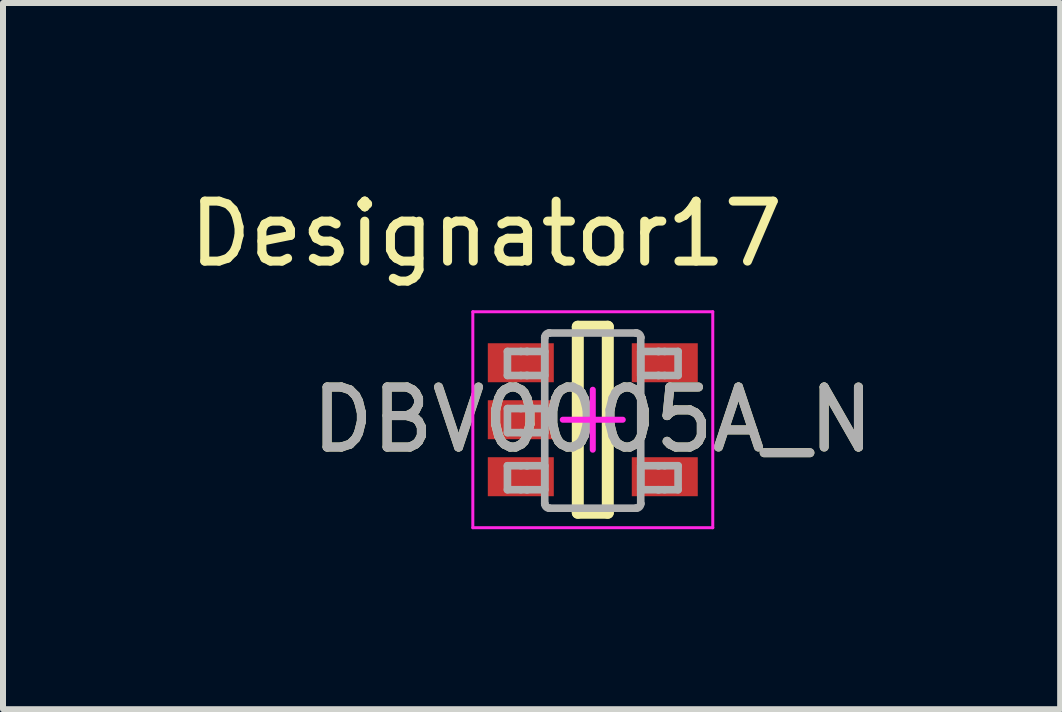
<source format=kicad_pcb>
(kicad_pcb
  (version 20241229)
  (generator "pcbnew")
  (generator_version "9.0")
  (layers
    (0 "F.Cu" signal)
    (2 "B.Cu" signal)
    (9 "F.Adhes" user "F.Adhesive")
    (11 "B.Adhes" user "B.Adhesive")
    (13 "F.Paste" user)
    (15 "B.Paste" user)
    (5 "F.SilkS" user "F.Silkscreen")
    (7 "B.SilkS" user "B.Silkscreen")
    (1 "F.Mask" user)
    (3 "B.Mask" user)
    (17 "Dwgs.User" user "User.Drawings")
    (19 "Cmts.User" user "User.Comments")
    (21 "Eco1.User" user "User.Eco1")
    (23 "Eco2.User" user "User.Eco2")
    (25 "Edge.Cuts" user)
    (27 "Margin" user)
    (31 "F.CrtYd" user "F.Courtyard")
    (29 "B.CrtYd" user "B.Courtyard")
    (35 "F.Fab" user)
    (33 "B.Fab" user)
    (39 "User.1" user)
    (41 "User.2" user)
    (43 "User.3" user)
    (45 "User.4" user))
  (footprint "DBV0005A_N"
    (layer "F.Cu")
    (at 6.832 3.947)
    (property "Reference" "DBV0005A_N" (at 0 0 0) (unlocked yes) (layer "F.SilkS") (effects (font (size 1 1) (thickness 0.15))))
    (attr smd)
    (fp_line (start -0.25 -1.55) (end 0.25 -1.55) (stroke (width 0.2) (type solid)) (layer "F.SilkS"))
    (fp_line (start -0.25 1.55) (end -0.25 -1.55) (stroke (width 0.2) (type solid)) (layer "F.SilkS"))
    (fp_line (start -0.25 1.55) (end 0.25 1.55) (stroke (width 0.2) (type solid)) (layer "F.SilkS"))
    (fp_line (start 0.25 1.55) (end 0.25 -1.55) (stroke (width 0.2) (type solid)) (layer "F.SilkS"))
    (fp_line (start -2 -1.8) (end 2 -1.8) (stroke (width 0.05) (type solid)) (layer "F.CrtYd"))
    (fp_line (start -2 1.8) (end -2 -1.8) (stroke (width 0.05) (type solid)) (layer "F.CrtYd"))
    (fp_line (start -2 1.8) (end 2 1.8) (stroke (width 0.05) (type solid)) (layer "F.CrtYd"))
    (fp_line (start -0.5 0) (end 0.5 0) (stroke (width 0.1) (type solid)) (layer "F.CrtYd"))
    (fp_line (start 0 0.5) (end 0 -0.5) (stroke (width 0.1) (type solid)) (layer "F.CrtYd"))
    (fp_line (start 2 1.8) (end 2 -1.8) (stroke (width 0.05) (type solid)) (layer "F.CrtYd"))
    (fp_line (start -1.423 -1.138) (end -1.199 -1.138) (stroke (width 0.127) (type solid)) (layer "F.Fab"))
    (fp_line (start -1.423 -0.738) (end -1.423 -1.138) (stroke (width 0.127) (type solid)) (layer "F.Fab"))
    (fp_line (start -1.423 -0.738) (end -1.199 -0.738) (stroke (width 0.127) (type solid)) (layer "F.Fab"))
    (fp_line (start -1.423 -0.186) (end -1.199 -0.186) (stroke (width 0.127) (type solid)) (layer "F.Fab"))
    (fp_line (start -1.423 0.215) (end -1.423 -0.186) (stroke (width 0.127) (type solid)) (layer "F.Fab"))
    (fp_line (start -1.423 0.215) (end -1.199 0.215) (stroke (width 0.127) (type solid)) (layer "F.Fab"))
    (fp_line (start -1.423 0.767) (end -1.199 0.767) (stroke (width 0.127) (type solid)) (layer "F.Fab"))
    (fp_line (start -1.423 1.167) (end -1.423 0.767) (stroke (width 0.127) (type solid)) (layer "F.Fab"))
    (fp_line (start -1.423 1.167) (end -1.199 1.167) (stroke (width 0.127) (type solid)) (layer "F.Fab"))
    (fp_line (start -1.199 -1.138) (end -1.105 -1.138) (stroke (width 0.127) (type solid)) (layer "F.Fab"))
    (fp_line (start -1.199 -0.738) (end -1.105 -0.738) (stroke (width 0.127) (type solid)) (layer "F.Fab"))
    (fp_line (start -1.199 -0.186) (end -1.105 -0.186) (stroke (width 0.127) (type solid)) (layer "F.Fab"))
    (fp_line (start -1.199 0.215) (end -1.105 0.215) (stroke (width 0.127) (type solid)) (layer "F.Fab"))
    (fp_line (start -1.199 0.767) (end -1.105 0.767) (stroke (width 0.127) (type solid)) (layer "F.Fab"))
    (fp_line (start -1.199 1.167) (end -1.105 1.167) (stroke (width 0.127) (type solid)) (layer "F.Fab"))
    (fp_line (start -1.105 -1.138) (end -1.088 -1.138) (stroke (width 0.127) (type solid)) (layer "F.Fab"))
    (fp_line (start -1.105 -0.738) (end -1.088 -0.738) (stroke (width 0.127) (type solid)) (layer "F.Fab"))
    (fp_line (start -1.105 -0.186) (end -1.088 -0.186) (stroke (width 0.127) (type solid)) (layer "F.Fab"))
    (fp_line (start -1.105 0.215) (end -1.088 0.215) (stroke (width 0.127) (type solid)) (layer "F.Fab"))
    (fp_line (start -1.105 0.767) (end -1.088 0.767) (stroke (width 0.127) (type solid)) (layer "F.Fab"))
    (fp_line (start -1.105 1.167) (end -1.088 1.167) (stroke (width 0.127) (type solid)) (layer "F.Fab"))
    (fp_line (start -1.088 -1.138) (end -0.835 -1.138) (stroke (width 0.127) (type solid)) (layer "F.Fab"))
    (fp_line (start -1.088 -0.738) (end -0.835 -0.738) (stroke (width 0.127) (type solid)) (layer "F.Fab"))
    (fp_line (start -1.088 -0.186) (end -0.835 -0.186) (stroke (width 0.127) (type solid)) (layer "F.Fab"))
    (fp_line (start -1.088 0.215) (end -0.835 0.215) (stroke (width 0.127) (type solid)) (layer "F.Fab"))
    (fp_line (start -1.088 0.767) (end -0.835 0.767) (stroke (width 0.127) (type solid)) (layer "F.Fab"))
    (fp_line (start -1.088 1.167) (end -0.835 1.167) (stroke (width 0.127) (type solid)) (layer "F.Fab"))
    (fp_line (start -0.835 -1.138) (end -0.801 -1.138) (stroke (width 0.127) (type solid)) (layer "F.Fab"))
    (fp_line (start -0.835 -0.738) (end -0.801 -0.738) (stroke (width 0.127) (type solid)) (layer "F.Fab"))
    (fp_line (start -0.835 -0.186) (end -0.801 -0.186) (stroke (width 0.127) (type solid)) (layer "F.Fab"))
    (fp_line (start -0.835 0.215) (end -0.801 0.215) (stroke (width 0.127) (type solid)) (layer "F.Fab"))
    (fp_line (start -0.835 0.767) (end -0.801 0.767) (stroke (width 0.127) (type solid)) (layer "F.Fab"))
    (fp_line (start -0.835 1.167) (end -0.801 1.167) (stroke (width 0.127) (type solid)) (layer "F.Fab"))
    (fp_line (start -0.801 -1.37) (end -0.801 -1.371) (stroke (width 0.127) (type solid)) (layer "F.Fab"))
    (fp_line (start -0.801 -0.738) (end -0.801 -1.138) (stroke (width 0.127) (type solid)) (layer "F.Fab"))
    (fp_line (start -0.801 0.215) (end -0.801 -0.186) (stroke (width 0.127) (type solid)) (layer "F.Fab"))
    (fp_line (start -0.801 1.167) (end -0.801 0.767) (stroke (width 0.127) (type solid)) (layer "F.Fab"))
    (fp_line (start -0.801 1.399) (end -0.801 -1.37) (stroke (width 0.127) (type solid)) (layer "F.Fab"))
    (fp_line (start -0.801 1.4) (end -0.801 1.399) (stroke (width 0.127) (type solid)) (layer "F.Fab"))
    (fp_line (start -0.725 -1.446) (end -0.725 -1.446) (stroke (width 0.127) (type solid)) (layer "F.Fab"))
    (fp_line (start -0.725 1.475) (end -0.725 1.475) (stroke (width 0.127) (type solid)) (layer "F.Fab"))
    (fp_line (start -0.725 -1.446) (end 0.723 -1.446) (stroke (width 0.127) (type solid)) (layer "F.Fab"))
    (fp_line (start -0.725 1.475) (end 0.723 1.475) (stroke (width 0.127) (type solid)) (layer "F.Fab"))
    (fp_line (start 0.723 -1.446) (end 0.724 -1.446) (stroke (width 0.127) (type solid)) (layer "F.Fab"))
    (fp_line (start 0.723 1.475) (end 0.724 1.475) (stroke (width 0.127) (type solid)) (layer "F.Fab"))
    (fp_line (start 0.799 -1.37) (end 0.799 -1.371) (stroke (width 0.127) (type solid)) (layer "F.Fab"))
    (fp_line (start 0.799 -1.138) (end 0.834 -1.138) (stroke (width 0.127) (type solid)) (layer "F.Fab"))
    (fp_line (start 0.799 -0.738) (end 0.799 -1.138) (stroke (width 0.127) (type solid)) (layer "F.Fab"))
    (fp_line (start 0.799 -0.738) (end 0.834 -0.738) (stroke (width 0.127) (type solid)) (layer "F.Fab"))
    (fp_line (start 0.799 0.767) (end 0.834 0.767) (stroke (width 0.127) (type solid)) (layer "F.Fab"))
    (fp_line (start 0.799 1.167) (end 0.799 0.767) (stroke (width 0.127) (type solid)) (layer "F.Fab"))
    (fp_line (start 0.799 1.167) (end 0.834 1.167) (stroke (width 0.127) (type solid)) (layer "F.Fab"))
    (fp_line (start 0.799 1.399) (end 0.799 -1.37) (stroke (width 0.127) (type solid)) (layer "F.Fab"))
    (fp_line (start 0.799 1.4) (end 0.799 1.399) (stroke (width 0.127) (type solid)) (layer "F.Fab"))
    (fp_line (start 0.834 -1.138) (end 1.087 -1.138) (stroke (width 0.127) (type solid)) (layer "F.Fab"))
    (fp_line (start 0.834 -0.738) (end 1.087 -0.738) (stroke (width 0.127) (type solid)) (layer "F.Fab"))
    (fp_line (start 0.834 0.767) (end 1.087 0.767) (stroke (width 0.127) (type solid)) (layer "F.Fab"))
    (fp_line (start 0.834 1.167) (end 1.087 1.167) (stroke (width 0.127) (type solid)) (layer "F.Fab"))
    (fp_line (start 1.087 -1.138) (end 1.103 -1.138) (stroke (width 0.127) (type solid)) (layer "F.Fab"))
    (fp_line (start 1.087 -0.738) (end 1.103 -0.738) (stroke (width 0.127) (type solid)) (layer "F.Fab"))
    (fp_line (start 1.087 0.767) (end 1.103 0.767) (stroke (width 0.127) (type solid)) (layer "F.Fab"))
    (fp_line (start 1.087 1.167) (end 1.103 1.167) (stroke (width 0.127) (type solid)) (layer "F.Fab"))
    (fp_line (start 1.103 -1.138) (end 1.198 -1.138) (stroke (width 0.127) (type solid)) (layer "F.Fab"))
    (fp_line (start 1.103 -0.738) (end 1.198 -0.738) (stroke (width 0.127) (type solid)) (layer "F.Fab"))
    (fp_line (start 1.103 0.767) (end 1.198 0.767) (stroke (width 0.127) (type solid)) (layer "F.Fab"))
    (fp_line (start 1.103 1.167) (end 1.198 1.167) (stroke (width 0.127) (type solid)) (layer "F.Fab"))
    (fp_line (start 1.198 -1.138) (end 1.422 -1.138) (stroke (width 0.127) (type solid)) (layer "F.Fab"))
    (fp_line (start 1.198 -0.738) (end 1.422 -0.738) (stroke (width 0.127) (type solid)) (layer "F.Fab"))
    (fp_line (start 1.198 0.767) (end 1.422 0.767) (stroke (width 0.127) (type solid)) (layer "F.Fab"))
    (fp_line (start 1.198 1.167) (end 1.422 1.167) (stroke (width 0.127) (type solid)) (layer "F.Fab"))
    (fp_line (start 1.422 -0.738) (end 1.422 -1.138) (stroke (width 0.127) (type solid)) (layer "F.Fab"))
    (fp_line (start 1.422 1.167) (end 1.422 0.767) (stroke (width 0.127) (type solid)) (layer "F.Fab"))
    (fp_arc (start -0.80074 -1.37084) (mid -0.778218 -1.423887) (end -0.724999 -1.445998) (stroke (width 0.127) (type solid)) (layer "F.Fab"))
    (fp_arc (start -0.724999 1.475) (mid -0.778213 1.452901) (end -0.80074 1.399867) (stroke (width 0.127) (type solid)) (layer "F.Fab"))
    (fp_arc (start 0.723714 -1.445998) (mid 0.776933 -1.423887) (end 0.799455 -1.37084) (stroke (width 0.127) (type solid)) (layer "F.Fab"))
    (fp_arc (start 0.799455 1.399868) (mid 0.776927 1.452901) (end 0.723713 1.475) (stroke (width 0.127) (type solid)) (layer "F.Fab"))
    (fp_text user "Designator17" (at -1.778 -3.099 0) (unlocked yes) (layer "F.SilkS") (effects (font (size 1 1) (thickness 0.15))))
    (fp_text user "${REFERENCE}" (at 0 0 0) (unlocked yes) (layer "F.Fab") (effects (font (size 1 1) (thickness 0.15))))
    (pad "1" smd rect (at -1.2 -0.95 90) (size 0.65 1.1) (layers "F.Cu" "F.Mask" "F.Paste"))
    (pad "2" smd rect (at -1.2 0 90) (size 0.65 1.1) (layers "F.Cu" "F.Mask" "F.Paste"))
    (pad "3" smd rect (at -1.2 0.95 90) (size 0.65 1.1) (layers "F.Cu" "F.Mask" "F.Paste"))
    (pad "4" smd rect (at 1.2 0.95 90) (size 0.65 1.1) (layers "F.Cu" "F.Mask" "F.Paste"))
    (pad "5" smd rect (at 1.2 -0.95 90) (size 0.65 1.1) (layers "F.Cu" "F.Mask" "F.Paste")))
  (gr_rect
    (start -3 -3)
    (end 14.623 8.772)
    (stroke (width 0.1) (type default))
    (fill no)
    (layer "Edge.Cuts")))
</source>
